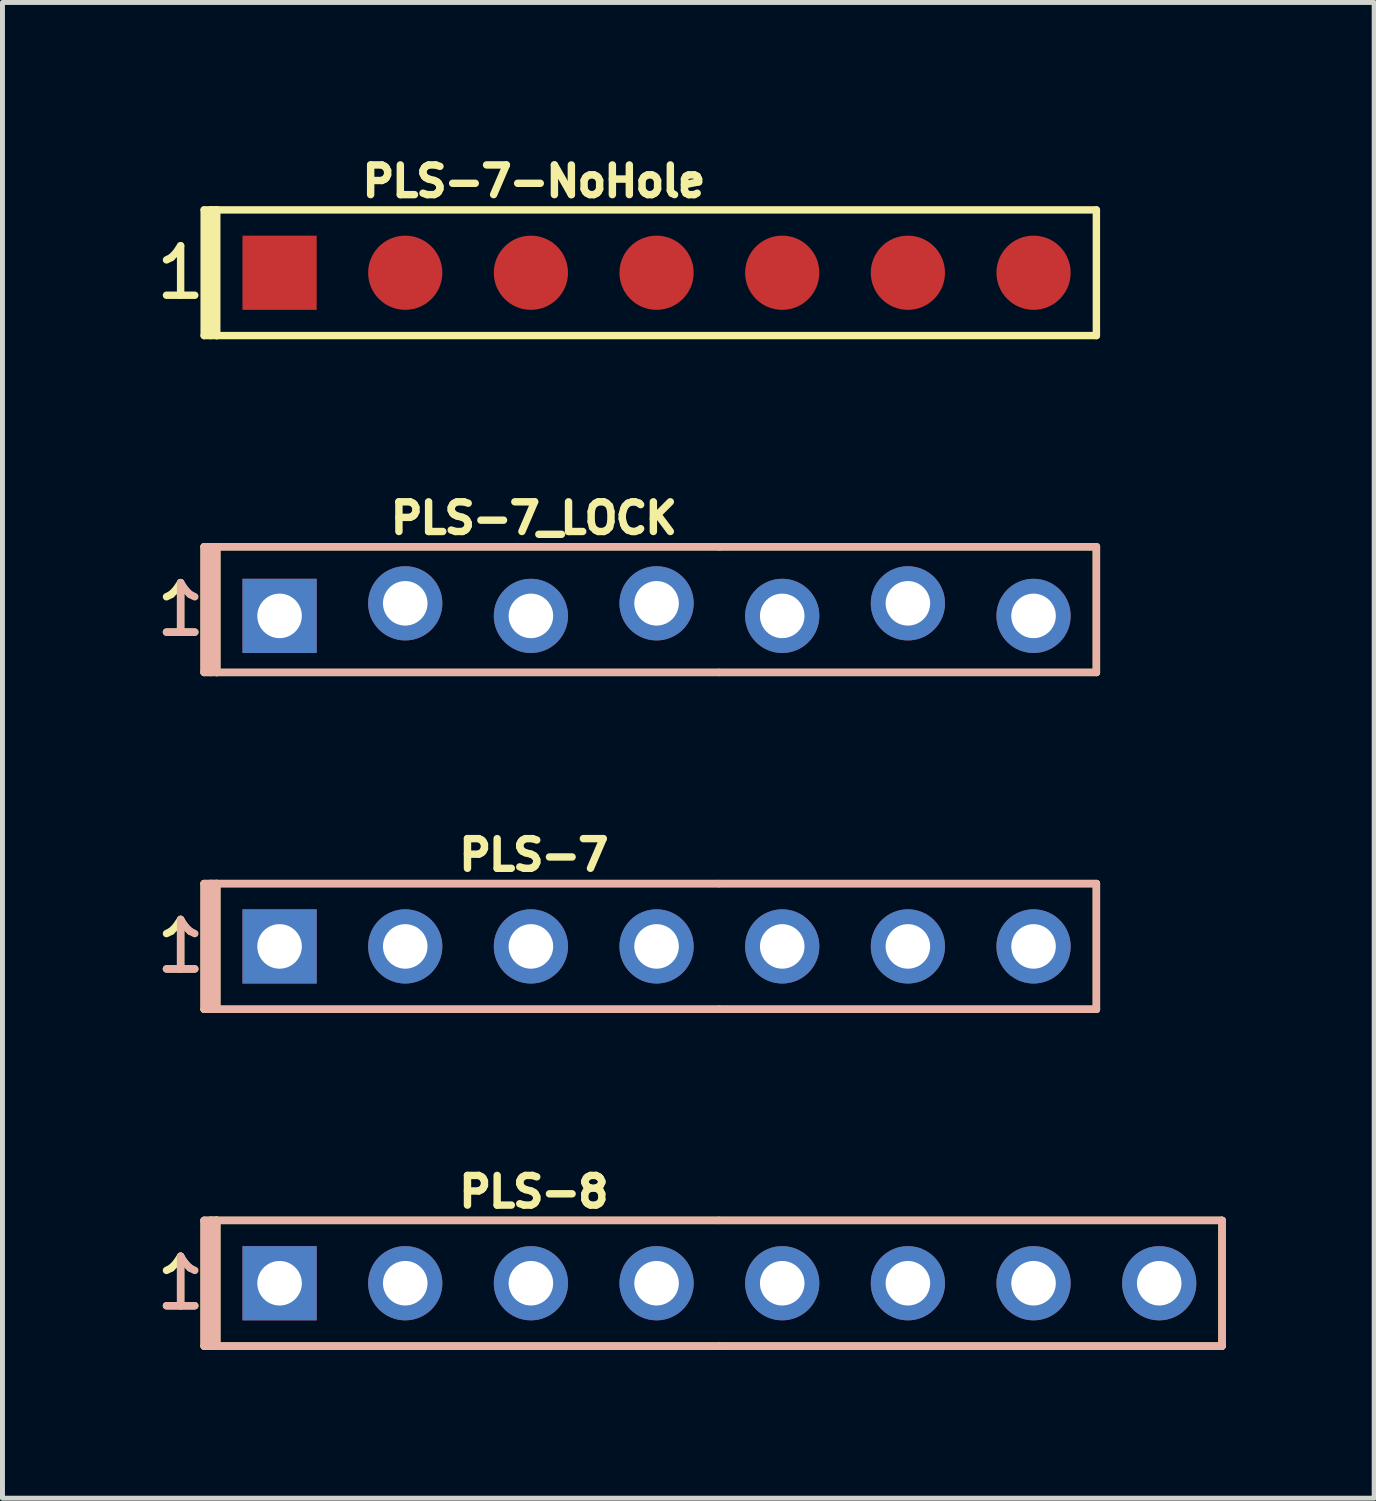
<source format=kicad_pcb>
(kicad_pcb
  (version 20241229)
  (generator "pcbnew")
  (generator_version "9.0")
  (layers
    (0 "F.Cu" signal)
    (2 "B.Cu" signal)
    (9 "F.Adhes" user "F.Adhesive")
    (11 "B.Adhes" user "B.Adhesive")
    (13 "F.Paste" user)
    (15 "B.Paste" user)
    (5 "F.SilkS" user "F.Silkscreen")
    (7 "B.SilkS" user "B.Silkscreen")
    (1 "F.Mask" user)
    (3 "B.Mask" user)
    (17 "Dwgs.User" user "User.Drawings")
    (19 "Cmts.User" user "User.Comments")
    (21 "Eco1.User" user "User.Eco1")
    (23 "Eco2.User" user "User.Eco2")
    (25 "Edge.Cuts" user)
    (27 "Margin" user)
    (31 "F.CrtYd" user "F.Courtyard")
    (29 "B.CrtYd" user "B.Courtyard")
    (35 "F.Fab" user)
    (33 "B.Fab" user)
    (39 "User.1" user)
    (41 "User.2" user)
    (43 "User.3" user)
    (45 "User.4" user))
  (footprint "PLS-8"
    (layer "F.Cu")
    (at 11.491 22.888)
    (property "Reference" "PLS-8" (at -3.749 -1.849 0) (layer "F.SilkS") (effects (font (size 0.6 0.6) (thickness 0.15))))
    (attr through_hole)
    (fp_line (start -10.414 -1.27) (end -10.16 -1.27) (stroke (width 0.15) (type solid)) (layer "F.SilkS"))
    (fp_line (start -10.414 1.27) (end -10.414 -1.27) (stroke (width 0.15) (type solid)) (layer "F.SilkS"))
    (fp_line (start -10.287 -1.27) (end -10.287 1.27) (stroke (width 0.15) (type solid)) (layer "F.SilkS"))
    (fp_line (start -10.16 -1.27) (end -10.287 -1.27) (stroke (width 0.15) (type solid)) (layer "F.SilkS"))
    (fp_line (start -10.16 -1.27) (end 0 -1.27) (stroke (width 0.15) (type solid)) (layer "F.SilkS"))
    (fp_line (start -10.16 1.27) (end -10.414 1.27) (stroke (width 0.15) (type solid)) (layer "F.SilkS"))
    (fp_line (start -10.16 1.27) (end -10.16 -1.27) (stroke (width 0.15) (type solid)) (layer "F.SilkS"))
    (fp_line (start 0 -1.27) (end 10.16 -1.27) (stroke (width 0.15) (type solid)) (layer "F.SilkS"))
    (fp_line (start 0 1.27) (end -10.16 1.27) (stroke (width 0.15) (type solid)) (layer "F.SilkS"))
    (fp_line (start 10.16 -1.27) (end 10.16 1.27) (stroke (width 0.15) (type solid)) (layer "F.SilkS"))
    (fp_line (start 10.16 1.27) (end 0 1.27) (stroke (width 0.15) (type solid)) (layer "F.SilkS"))
    (fp_line (start -10.414 -1.27) (end -10.414 1.27) (stroke (width 0.15) (type solid)) (layer "B.SilkS"))
    (fp_line (start -10.414 1.27) (end -10.287 1.27) (stroke (width 0.15) (type solid)) (layer "B.SilkS"))
    (fp_line (start -10.287 -1.27) (end -10.414 -1.27) (stroke (width 0.15) (type solid)) (layer "B.SilkS"))
    (fp_line (start -10.287 -1.27) (end -10.16 -1.27) (stroke (width 0.15) (type solid)) (layer "B.SilkS"))
    (fp_line (start -10.287 1.27) (end -10.287 -1.27) (stroke (width 0.15) (type solid)) (layer "B.SilkS"))
    (fp_line (start -10.16 -1.27) (end 10.16 -1.27) (stroke (width 0.15) (type solid)) (layer "B.SilkS"))
    (fp_line (start -10.16 1.27) (end -10.287 1.27) (stroke (width 0.15) (type solid)) (layer "B.SilkS"))
    (fp_line (start -10.16 1.27) (end -10.16 -1.27) (stroke (width 0.15) (type solid)) (layer "B.SilkS"))
    (fp_line (start 10.16 -1.27) (end 10.16 1.27) (stroke (width 0.15) (type solid)) (layer "B.SilkS"))
    (fp_line (start 10.16 1.27) (end -10.16 1.27) (stroke (width 0.15) (type solid)) (layer "B.SilkS"))
    (fp_text user "1" (at -10.89 0 0) (layer "F.SilkS") (effects (font (size 1 1) (thickness 0.15))))
    (fp_text user "1" (at -10.89 0 0) (layer "B.SilkS") (effects (font (size 1 1) (thickness 0.15)) (justify mirror)))
    (pad "1" thru_hole rect (at -8.89 0) (size 1.5 1.5) (drill 0.9) (layers "*.Cu" "*.Mask"))
    (pad "2" thru_hole circle (at -6.35 0) (size 1.5 1.5) (drill 0.9) (layers "*.Cu" "*.Mask"))
    (pad "3" thru_hole circle (at -3.81 0) (size 1.5 1.5) (drill 0.9) (layers "*.Cu" "*.Mask"))
    (pad "4" thru_hole circle (at -1.27 0) (size 1.5 1.5) (drill 0.9) (layers "*.Cu" "*.Mask"))
    (pad "5" thru_hole circle (at 1.27 0) (size 1.5 1.5) (drill 0.9) (layers "*.Cu" "*.Mask"))
    (pad "6" thru_hole circle (at 3.81 0) (size 1.5 1.5) (drill 0.9) (layers "*.Cu" "*.Mask"))
    (pad "7" thru_hole circle (at 6.35 0) (size 1.5 1.5) (drill 0.9) (layers "*.Cu" "*.Mask"))
    (pad "8" thru_hole circle (at 8.89 0) (size 1.5 1.5) (drill 0.9) (layers "*.Cu" "*.Mask")))
  (footprint "PLS-7-NoHole"
    (layer "F.Cu")
    (at 2.601 2.463)
    (property "Reference" "PLS-7-NoHole" (at 5.141 -1.849 0) (layer "F.SilkS") (effects (font (size 0.6 0.6) (thickness 0.15))))
    (fp_line (start -1.524 -1.27) (end -1.27 -1.27) (stroke (width 0.15) (type solid)) (layer "F.SilkS"))
    (fp_line (start -1.524 1.27) (end -1.524 -1.27) (stroke (width 0.15) (type solid)) (layer "F.SilkS"))
    (fp_line (start -1.397 -1.27) (end -1.397 1.27) (stroke (width 0.15) (type solid)) (layer "F.SilkS"))
    (fp_line (start -1.27 -1.27) (end -1.397 -1.27) (stroke (width 0.15) (type solid)) (layer "F.SilkS"))
    (fp_line (start -1.27 1.27) (end -1.524 1.27) (stroke (width 0.15) (type solid)) (layer "F.SilkS"))
    (fp_line (start -1.27 1.27) (end -1.27 -1.27) (stroke (width 0.15) (type solid)) (layer "F.SilkS"))
    (fp_line (start -1.27 1.27) (end 16.51 1.27) (stroke (width 0.15) (type solid)) (layer "F.SilkS"))
    (fp_line (start 16.51 -1.27) (end -1.27 -1.27) (stroke (width 0.15) (type solid)) (layer "F.SilkS"))
    (fp_line (start 16.51 -1.27) (end 16.51 1.27) (stroke (width 0.15) (type solid)) (layer "F.SilkS"))
    (fp_text user "1" (at -2 0 0) (layer "F.SilkS") (effects (font (size 1 1) (thickness 0.15))))
    (pad "1" smd rect (at 0 0) (size 1.5 1.5) (layers "F.Cu" "F.Mask"))
    (pad "2" smd circle (at 2.54 0) (size 1.5 1.5) (layers "F.Cu" "F.Mask"))
    (pad "3" smd circle (at 5.08 0) (size 1.5 1.5) (layers "F.Cu" "F.Mask"))
    (pad "4" smd circle (at 7.62 0) (size 1.5 1.5) (layers "F.Cu" "F.Mask"))
    (pad "5" smd circle (at 10.16 0) (size 1.5 1.5) (layers "F.Cu" "F.Mask"))
    (pad "6" smd circle (at 12.7 0) (size 1.5 1.5) (layers "F.Cu" "F.Mask"))
    (pad "7" smd circle (at 15.24 0) (size 1.5 1.5) (layers "F.Cu" "F.Mask")))
  (footprint "PLS-7_LOCK"
    (layer "F.Cu")
    (at 11.491 9.272)
    (property "Reference" "PLS-7_LOCK" (at -3.749 -1.849 0) (layer "F.SilkS") (effects (font (size 0.6 0.6) (thickness 0.15))))
    (attr through_hole)
    (fp_line (start -10.414 -1.27) (end -10.16 -1.27) (stroke (width 0.15) (type solid)) (layer "F.SilkS"))
    (fp_line (start -10.414 1.27) (end -10.414 -1.27) (stroke (width 0.15) (type solid)) (layer "F.SilkS"))
    (fp_line (start -10.287 -1.27) (end -10.287 1.27) (stroke (width 0.15) (type solid)) (layer "F.SilkS"))
    (fp_line (start -10.16 -1.27) (end -10.287 -1.27) (stroke (width 0.15) (type solid)) (layer "F.SilkS"))
    (fp_line (start -10.16 -1.27) (end 0 -1.27) (stroke (width 0.15) (type solid)) (layer "F.SilkS"))
    (fp_line (start -10.16 1.27) (end -10.414 1.27) (stroke (width 0.15) (type solid)) (layer "F.SilkS"))
    (fp_line (start -10.16 1.27) (end -10.16 -1.27) (stroke (width 0.15) (type solid)) (layer "F.SilkS"))
    (fp_line (start 0 -1.27) (end 7.62 -1.27) (stroke (width 0.15) (type solid)) (layer "F.SilkS"))
    (fp_line (start 0 1.27) (end -10.16 1.27) (stroke (width 0.15) (type solid)) (layer "F.SilkS"))
    (fp_line (start 7.62 -1.27) (end 7.62 1.27) (stroke (width 0.15) (type solid)) (layer "F.SilkS"))
    (fp_line (start 7.62 1.27) (end 0 1.27) (stroke (width 0.15) (type solid)) (layer "F.SilkS"))
    (fp_line (start -10.414 -1.27) (end -10.414 1.27) (stroke (width 0.15) (type solid)) (layer "B.SilkS"))
    (fp_line (start -10.414 1.27) (end -10.287 1.27) (stroke (width 0.15) (type solid)) (layer "B.SilkS"))
    (fp_line (start -10.287 -1.27) (end -10.414 -1.27) (stroke (width 0.15) (type solid)) (layer "B.SilkS"))
    (fp_line (start -10.287 -1.27) (end -10.16 -1.27) (stroke (width 0.15) (type solid)) (layer "B.SilkS"))
    (fp_line (start -10.287 1.27) (end -10.287 -1.27) (stroke (width 0.15) (type solid)) (layer "B.SilkS"))
    (fp_line (start -10.16 -1.27) (end 7.62 -1.27) (stroke (width 0.15) (type solid)) (layer "B.SilkS"))
    (fp_line (start -10.16 1.27) (end -10.287 1.27) (stroke (width 0.15) (type solid)) (layer "B.SilkS"))
    (fp_line (start -10.16 1.27) (end -10.16 -1.27) (stroke (width 0.15) (type solid)) (layer "B.SilkS"))
    (fp_line (start 7.62 -1.27) (end 7.62 1.27) (stroke (width 0.15) (type solid)) (layer "B.SilkS"))
    (fp_line (start 7.62 1.27) (end -10.16 1.27) (stroke (width 0.15) (type solid)) (layer "B.SilkS"))
    (fp_text user "1" (at -10.89 0 0) (layer "F.SilkS") (effects (font (size 1 1) (thickness 0.15))))
    (fp_text user "1" (at -10.89 0 0) (layer "B.SilkS") (effects (font (size 1 1) (thickness 0.15)) (justify mirror)))
    (pad "1" thru_hole rect (at -8.89 0.127) (size 1.5 1.5) (drill 0.9) (layers "*.Cu" "*.Mask"))
    (pad "2" thru_hole circle (at -6.35 -0.127) (size 1.5 1.5) (drill 0.9) (layers "*.Cu" "*.Mask"))
    (pad "3" thru_hole circle (at -3.81 0.127) (size 1.5 1.5) (drill 0.9) (layers "*.Cu" "*.Mask"))
    (pad "4" thru_hole circle (at -1.27 -0.127) (size 1.5 1.5) (drill 0.9) (layers "*.Cu" "*.Mask"))
    (pad "5" thru_hole circle (at 1.27 0.127) (size 1.5 1.5) (drill 0.9) (layers "*.Cu" "*.Mask"))
    (pad "6" thru_hole circle (at 3.81 -0.127) (size 1.5 1.5) (drill 0.9) (layers "*.Cu" "*.Mask"))
    (pad "7" thru_hole circle (at 6.35 0.127) (size 1.5 1.5) (drill 0.9) (layers "*.Cu" "*.Mask")))
  (footprint "PLS-7"
    (layer "F.Cu")
    (at 11.491 16.08)
    (property "Reference" "PLS-7" (at -3.749 -1.849 0) (layer "F.SilkS") (effects (font (size 0.6 0.6) (thickness 0.15))))
    (attr through_hole)
    (fp_line (start -10.414 -1.27) (end -10.16 -1.27) (stroke (width 0.15) (type solid)) (layer "F.SilkS"))
    (fp_line (start -10.414 1.27) (end -10.414 -1.27) (stroke (width 0.15) (type solid)) (layer "F.SilkS"))
    (fp_line (start -10.287 -1.27) (end -10.287 1.27) (stroke (width 0.15) (type solid)) (layer "F.SilkS"))
    (fp_line (start -10.16 -1.27) (end -10.287 -1.27) (stroke (width 0.15) (type solid)) (layer "F.SilkS"))
    (fp_line (start -10.16 -1.27) (end 0 -1.27) (stroke (width 0.15) (type solid)) (layer "F.SilkS"))
    (fp_line (start -10.16 1.27) (end -10.414 1.27) (stroke (width 0.15) (type solid)) (layer "F.SilkS"))
    (fp_line (start -10.16 1.27) (end -10.16 -1.27) (stroke (width 0.15) (type solid)) (layer "F.SilkS"))
    (fp_line (start 0 -1.27) (end 7.62 -1.27) (stroke (width 0.15) (type solid)) (layer "F.SilkS"))
    (fp_line (start 0 1.27) (end -10.16 1.27) (stroke (width 0.15) (type solid)) (layer "F.SilkS"))
    (fp_line (start 7.62 -1.27) (end 7.62 1.27) (stroke (width 0.15) (type solid)) (layer "F.SilkS"))
    (fp_line (start 7.62 1.27) (end 0 1.27) (stroke (width 0.15) (type solid)) (layer "F.SilkS"))
    (fp_line (start -10.414 -1.27) (end -10.414 1.27) (stroke (width 0.15) (type solid)) (layer "B.SilkS"))
    (fp_line (start -10.414 1.27) (end -10.287 1.27) (stroke (width 0.15) (type solid)) (layer "B.SilkS"))
    (fp_line (start -10.287 -1.27) (end -10.414 -1.27) (stroke (width 0.15) (type solid)) (layer "B.SilkS"))
    (fp_line (start -10.287 -1.27) (end -10.16 -1.27) (stroke (width 0.15) (type solid)) (layer "B.SilkS"))
    (fp_line (start -10.287 1.27) (end -10.287 -1.27) (stroke (width 0.15) (type solid)) (layer "B.SilkS"))
    (fp_line (start -10.16 -1.27) (end 7.62 -1.27) (stroke (width 0.15) (type solid)) (layer "B.SilkS"))
    (fp_line (start -10.16 1.27) (end -10.287 1.27) (stroke (width 0.15) (type solid)) (layer "B.SilkS"))
    (fp_line (start -10.16 1.27) (end -10.16 -1.27) (stroke (width 0.15) (type solid)) (layer "B.SilkS"))
    (fp_line (start 7.62 -1.27) (end 7.62 1.27) (stroke (width 0.15) (type solid)) (layer "B.SilkS"))
    (fp_line (start 7.62 1.27) (end -10.16 1.27) (stroke (width 0.15) (type solid)) (layer "B.SilkS"))
    (fp_text user "1" (at -10.89 0 0) (layer "F.SilkS") (effects (font (size 1 1) (thickness 0.15))))
    (fp_text user "1" (at -10.89 0 0) (layer "B.SilkS") (effects (font (size 1 1) (thickness 0.15)) (justify mirror)))
    (pad "1" thru_hole rect (at -8.89 0) (size 1.5 1.5) (drill 0.9) (layers "*.Cu" "*.Mask"))
    (pad "2" thru_hole circle (at -6.35 0) (size 1.5 1.5) (drill 0.9) (layers "*.Cu" "*.Mask"))
    (pad "3" thru_hole circle (at -3.81 0) (size 1.5 1.5) (drill 0.9) (layers "*.Cu" "*.Mask"))
    (pad "4" thru_hole circle (at -1.27 0) (size 1.5 1.5) (drill 0.9) (layers "*.Cu" "*.Mask"))
    (pad "5" thru_hole circle (at 1.27 0) (size 1.5 1.5) (drill 0.9) (layers "*.Cu" "*.Mask"))
    (pad "6" thru_hole circle (at 3.81 0) (size 1.5 1.5) (drill 0.9) (layers "*.Cu" "*.Mask"))
    (pad "7" thru_hole circle (at 6.35 0) (size 1.5 1.5) (drill 0.9) (layers "*.Cu" "*.Mask")))
  (gr_rect
    (start -3 -3)
    (end 24.726 27.233)
    (stroke (width 0.1) (type default))
    (fill no)
    (layer "Edge.Cuts")))
</source>
